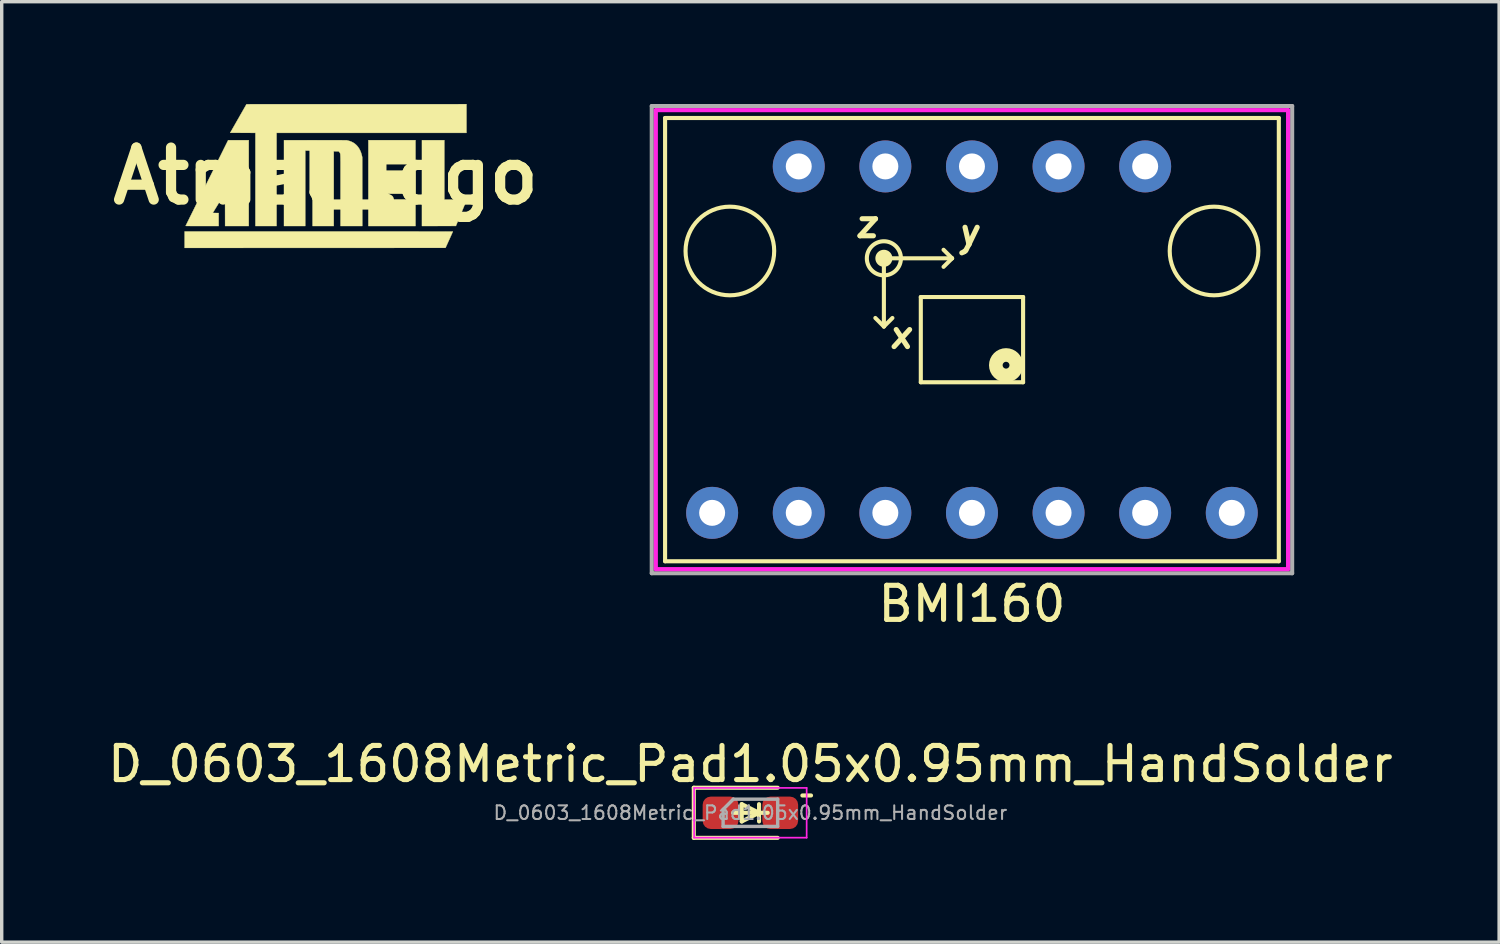
<source format=kicad_pcb>
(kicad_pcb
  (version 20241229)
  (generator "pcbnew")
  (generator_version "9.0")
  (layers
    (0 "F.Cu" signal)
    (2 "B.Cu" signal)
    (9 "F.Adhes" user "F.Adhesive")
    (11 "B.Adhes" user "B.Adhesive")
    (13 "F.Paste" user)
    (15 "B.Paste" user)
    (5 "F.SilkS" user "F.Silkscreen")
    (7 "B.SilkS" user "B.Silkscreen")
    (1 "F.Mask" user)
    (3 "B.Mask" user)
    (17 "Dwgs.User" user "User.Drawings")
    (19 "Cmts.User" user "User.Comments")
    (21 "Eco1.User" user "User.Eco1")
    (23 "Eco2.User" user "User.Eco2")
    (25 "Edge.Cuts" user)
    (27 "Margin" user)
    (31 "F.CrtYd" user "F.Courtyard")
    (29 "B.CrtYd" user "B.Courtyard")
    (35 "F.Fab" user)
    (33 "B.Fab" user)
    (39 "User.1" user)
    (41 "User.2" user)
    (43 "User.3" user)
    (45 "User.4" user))
  (footprint "Atmel_logo"
    (layer "F.Cu")
    (at 6.502 2.113)
    (property "Reference" "Atmel_logo" (at 0 0 0) (layer "F.SilkS") (effects (font (size 1.524 1.524) (thickness 0.3))))
    (attr through_hole)
    (fp_poly (pts (xy 4.129 -1.266) (xy -1.441 -1.266) (xy -1.441 1.466) (xy -2.061 1.466) (xy -2.061 -1.266) (xy -2.431 -1.267) (xy -2.801 -1.268) (xy -2.562 -1.687) (xy -2.323 -2.106) (xy 0.903 -2.107) (xy 4.129 -2.108) (xy 4.129 -1.266)) (stroke (width 0.01) (type solid)) (fill yes) (layer "F.SilkS"))
    (fp_poly (pts (xy 2.634 -0.348) (xy 1.702 -0.348) (xy 1.702 -0.16) (xy 2.642 -0.16) (xy 2.642 0.519) (xy 1.709 0.519) (xy 1.709 0.686) (xy 2.634 0.686) (xy 2.634 1.466) (xy 1.252 1.466) (xy 1.252 -1.052) (xy 2.634 -1.052) (xy 2.634 -0.348)) (stroke (width 0.01) (type solid)) (fill yes) (layer "F.SilkS"))
    (fp_poly (pts (xy 3.48 0.693) (xy 3.808 0.693) (xy 3.856 0.693) (xy 3.902 0.693) (xy 3.946 0.693) (xy 3.986 0.694) (xy 4.022 0.694) (xy 4.055 0.694) (xy 4.083 0.694) (xy 4.105 0.695) (xy 4.122 0.695) (xy 4.133 0.696) (xy 4.137 0.696) (xy 4.137 0.696) (xy 4.135 0.7) (xy 4.131 0.71) (xy 4.125 0.725) (xy 4.116 0.747) (xy 4.105 0.773) (xy 4.093 0.804) (xy 4.078 0.839) (xy 4.062 0.877) (xy 4.045 0.919) (xy 4.026 0.964) (xy 4.007 1.012) (xy 3.986 1.061) (xy 3.978 1.082) (xy 3.819 1.464) (xy 2.823 1.466) (xy 2.823 -1.052) (xy 3.48 -1.052) (xy 3.48 0.693)) (stroke (width 0.01) (type solid)) (fill yes) (layer "F.SilkS"))
    (fp_poly (pts (xy -2.257 1.466) (xy -2.95 1.466) (xy -2.951 0.978) (xy -2.952 0.49) (xy -3.132 0.787) (xy -3.312 1.083) (xy -3.225 1.084) (xy -3.139 1.085) (xy -3.139 1.276) (xy -3.139 1.466) (xy -3.623 1.466) (xy -3.693 1.466) (xy -3.756 1.466) (xy -3.813 1.466) (xy -3.863 1.466) (xy -3.907 1.466) (xy -3.946 1.466) (xy -3.98 1.465) (xy -4.009 1.465) (xy -4.033 1.465) (xy -4.053 1.465) (xy -4.069 1.464) (xy -4.082 1.464) (xy -4.092 1.463) (xy -4.099 1.463) (xy -4.104 1.462) (xy -4.106 1.462) (xy -4.107 1.461) (xy -4.107 1.461) (xy -4.105 1.457) (xy -4.1 1.447) (xy -4.093 1.431) (xy -4.082 1.41) (xy -4.068 1.382) (xy -4.052 1.349) (xy -4.034 1.312) (xy -4.012 1.269) (xy -3.989 1.221) (xy -3.963 1.169) (xy -3.935 1.113) (xy -3.905 1.052) (xy -3.873 0.988) (xy -3.84 0.92) (xy -3.805 0.849) (xy -3.768 0.775) (xy -3.729 0.697) (xy -3.69 0.617) (xy -3.649 0.535) (xy -3.607 0.45) (xy -3.564 0.363) (xy -3.52 0.275) (xy -3.484 0.202) (xy -2.861 -1.052) (xy -2.257 -1.052) (xy -2.257 1.466)) (stroke (width 0.01) (type solid)) (fill yes) (layer "F.SilkS"))
    (fp_poly (pts (xy -0.034 1.626) (xy 0.133 1.626) (xy 0.298 1.626) (xy 0.461 1.626) (xy 0.622 1.626) (xy 0.78 1.626) (xy 0.936 1.626) (xy 1.09 1.626) (xy 1.24 1.626) (xy 1.388 1.626) (xy 1.533 1.626) (xy 1.674 1.626) (xy 1.812 1.626) (xy 1.946 1.626) (xy 2.077 1.626) (xy 2.204 1.626) (xy 2.327 1.626) (xy 2.446 1.626) (xy 2.56 1.626) (xy 2.671 1.626) (xy 2.776 1.627) (xy 2.877 1.627) (xy 2.973 1.627) (xy 3.064 1.627) (xy 3.15 1.627) (xy 3.23 1.627) (xy 3.306 1.627) (xy 3.375 1.627) (xy 3.439 1.627) (xy 3.497 1.627) (xy 3.548 1.628) (xy 3.594 1.628) (xy 3.633 1.628) (xy 3.666 1.628) (xy 3.692 1.628) (xy 3.712 1.628) (xy 3.724 1.628) (xy 3.73 1.628) (xy 3.73 1.628) (xy 3.729 1.632) (xy 3.724 1.642) (xy 3.717 1.657) (xy 3.708 1.677) (xy 3.697 1.702) (xy 3.684 1.731) (xy 3.67 1.763) (xy 3.654 1.798) (xy 3.637 1.836) (xy 3.622 1.869) (xy 3.514 2.106) (xy -0.311 2.107) (xy -4.137 2.108) (xy -4.137 1.626) (xy -0.203 1.626) (xy -0.034 1.626)) (stroke (width 0.01) (type solid)) (fill yes) (layer "F.SilkS"))
    (fp_poly (pts (xy -0.306 -1.051) (xy 0.611 -1.05) (xy 0.646 -1.042) (xy 0.705 -1.026) (xy 0.759 -1.005) (xy 0.808 -0.98) (xy 0.853 -0.95) (xy 0.894 -0.914) (xy 0.912 -0.897) (xy 0.951 -0.85) (xy 0.985 -0.799) (xy 1.014 -0.742) (xy 1.039 -0.679) (xy 1.058 -0.612) (xy 1.062 -0.595) (xy 1.072 -0.55) (xy 1.074 1.466) (xy 0.435 1.466) (xy 0.435 0.427) (xy 0.435 0.323) (xy 0.435 0.226) (xy 0.435 0.135) (xy 0.435 0.051) (xy 0.435 -0.027) (xy 0.435 -0.099) (xy 0.435 -0.165) (xy 0.435 -0.225) (xy 0.435 -0.281) (xy 0.435 -0.331) (xy 0.435 -0.377) (xy 0.435 -0.418) (xy 0.434 -0.455) (xy 0.434 -0.488) (xy 0.434 -0.517) (xy 0.433 -0.542) (xy 0.433 -0.565) (xy 0.432 -0.584) (xy 0.431 -0.601) (xy 0.431 -0.615) (xy 0.43 -0.627) (xy 0.429 -0.637) (xy 0.428 -0.645) (xy 0.427 -0.652) (xy 0.426 -0.658) (xy 0.424 -0.662) (xy 0.423 -0.666) (xy 0.421 -0.67) (xy 0.419 -0.673) (xy 0.418 -0.676) (xy 0.416 -0.68) (xy 0.415 -0.682) (xy 0.406 -0.695) (xy 0.397 -0.707) (xy 0.391 -0.713) (xy 0.377 -0.724) (xy 0.236 -0.726) (xy 0.236 1.466) (xy -0.385 1.466) (xy -0.385 -0.747) (xy -0.599 -0.747) (xy -0.599 1.466) (xy -1.223 1.466) (xy -1.223 -1.052) (xy -0.306 -1.051)) (stroke (width 0.01) (type solid)) (fill yes) (layer "F.SilkS")))
  (footprint "D_0603_1608Metric_Pad1.05x0.95mm_HandSolder"
    (layer "F.Cu")
    (at 18.958 20.788)
    (property "Reference" "D_0603_1608Metric_Pad1.05x0.95mm_HandSolder" (at 0 -1.43 0) (layer "F.SilkS") (effects (font (size 1 1) (thickness 0.15))))
    (attr smd)
    (fp_line (start -1.66 -0.735) (end -1.66 0.735) (stroke (width 0.12) (type solid)) (layer "F.SilkS"))
    (fp_line (start -1.66 0.735) (end 0.8 0.735) (stroke (width 0.12) (type solid)) (layer "F.SilkS"))
    (fp_line (start -0.254 -0.254) (end -0.254 0.254) (stroke (width 0.12) (type solid)) (layer "F.SilkS"))
    (fp_line (start -0.254 0.254) (end 0.254 0) (stroke (width 0.12) (type solid)) (layer "F.SilkS"))
    (fp_line (start 0.254 -0.254) (end 0.254 0.254) (stroke (width 0.12) (type solid)) (layer "F.SilkS"))
    (fp_line (start 0.254 0) (end -0.254 -0.254) (stroke (width 0.12) (type solid)) (layer "F.SilkS"))
    (fp_line (start 0.508 0) (end -0.508 0) (stroke (width 0.12) (type solid)) (layer "F.SilkS"))
    (fp_line (start 0.8 -0.735) (end -1.66 -0.735) (stroke (width 0.12) (type solid)) (layer "F.SilkS"))
    (fp_line (start 1.524 -0.508) (end 1.778 -0.508) (stroke (width 0.12) (type solid)) (layer "F.SilkS"))
    (fp_line (start -1.65 -0.73) (end 1.65 -0.73) (stroke (width 0.05) (type solid)) (layer "F.CrtYd"))
    (fp_line (start -1.65 0.73) (end -1.65 -0.73) (stroke (width 0.05) (type solid)) (layer "F.CrtYd"))
    (fp_line (start 1.65 -0.73) (end 1.65 0.73) (stroke (width 0.05) (type solid)) (layer "F.CrtYd"))
    (fp_line (start 1.65 0.73) (end -1.65 0.73) (stroke (width 0.05) (type solid)) (layer "F.CrtYd"))
    (fp_line (start -0.8 -0.1) (end -0.8 0.4) (stroke (width 0.1) (type solid)) (layer "F.Fab"))
    (fp_line (start -0.8 0.4) (end 0.8 0.4) (stroke (width 0.1) (type solid)) (layer "F.Fab"))
    (fp_line (start -0.5 -0.4) (end -0.8 -0.1) (stroke (width 0.1) (type solid)) (layer "F.Fab"))
    (fp_line (start 0.8 -0.4) (end -0.5 -0.4) (stroke (width 0.1) (type solid)) (layer "F.Fab"))
    (fp_line (start 0.8 0.4) (end 0.8 -0.4) (stroke (width 0.1) (type solid)) (layer "F.Fab"))
    (fp_text user "${REFERENCE}" (at 0 0 0) (layer "F.Fab") (effects (font (size 0.4 0.4) (thickness 0.06))))
    (pad "1" smd roundrect (at -0.875 0) (size 1.05 0.95) (layers "F.Cu" "F.Mask" "F.Paste") (roundrect_rratio 0.25))
    (pad "2" smd roundrect (at 0.875 0) (size 1.05 0.95) (layers "F.Cu" "F.Mask" "F.Paste") (roundrect_rratio 0.25)))
  (footprint "BMI160"
    (layer "F.Cu")
    (at 25.456 6.911)
    (property "Reference" "BMI160" (at 0 7.75 0) (layer "F.SilkS") (effects (font (size 1 1) (thickness 0.15))))
    (attr through_hole)
    (fp_line (start -9 -6.5) (end -9 6.5) (stroke (width 0.12) (type solid)) (layer "F.SilkS"))
    (fp_line (start -9 6.5) (end 9 6.5) (stroke (width 0.12) (type solid)) (layer "F.SilkS"))
    (fp_line (start -2.833 -0.635) (end -2.583 -0.385) (stroke (width 0.12) (type solid)) (layer "F.SilkS"))
    (fp_line (start -2.583 -2.385) (end -2.583 -2.386) (stroke (width 0.5) (type solid)) (layer "F.SilkS"))
    (fp_line (start -2.583 -2.385) (end -2.583 -0.385) (stroke (width 0.12) (type solid)) (layer "F.SilkS"))
    (fp_line (start -2.583 -2.385) (end -0.583 -2.385) (stroke (width 0.12) (type solid)) (layer "F.SilkS"))
    (fp_line (start -2.583 -0.385) (end -2.333 -0.635) (stroke (width 0.12) (type solid)) (layer "F.SilkS"))
    (fp_line (start -1.5 -1.25) (end -1.5 1.25) (stroke (width 0.12) (type solid)) (layer "F.SilkS"))
    (fp_line (start -1.5 1.25) (end 1.5 1.25) (stroke (width 0.12) (type solid)) (layer "F.SilkS"))
    (fp_line (start -0.833 -2.135) (end -0.583 -2.385) (stroke (width 0.12) (type solid)) (layer "F.SilkS"))
    (fp_line (start -0.583 -2.385) (end -0.833 -2.635) (stroke (width 0.12) (type solid)) (layer "F.SilkS"))
    (fp_line (start 1.5 -1.25) (end -1.5 -1.25) (stroke (width 0.12) (type solid)) (layer "F.SilkS"))
    (fp_line (start 1.5 1.25) (end 1.5 -1.25) (stroke (width 0.12) (type solid)) (layer "F.SilkS"))
    (fp_line (start 9 -6.5) (end -9 -6.5) (stroke (width 0.12) (type solid)) (layer "F.SilkS"))
    (fp_line (start 9 6.5) (end 9 -6.5) (stroke (width 0.12) (type solid)) (layer "F.SilkS"))
    (fp_circle (center -7.1 -2.6) (end -5.8 -2.6) (stroke (width 0.12) (type solid)) (fill no) (layer "F.SilkS"))
    (fp_circle (center -2.583 -2.385) (end -2.083 -2.385) (stroke (width 0.12) (type solid)) (fill no) (layer "F.SilkS"))
    (fp_circle (center 1 0.75) (end 1.1 0.75) (stroke (width 0.4) (type solid)) (fill no) (layer "F.SilkS"))
    (fp_circle (center 7.1 -2.6) (end 8.4 -2.6) (stroke (width 0.12) (type solid)) (fill no) (layer "F.SilkS"))
    (fp_line (start -9.271 -6.731) (end 9.271 -6.731) (stroke (width 0.12) (type solid)) (layer "F.CrtYd"))
    (fp_line (start -9.271 6.731) (end -9.271 -6.731) (stroke (width 0.12) (type solid)) (layer "F.CrtYd"))
    (fp_line (start 9.271 -6.731) (end 9.271 6.731) (stroke (width 0.12) (type solid)) (layer "F.CrtYd"))
    (fp_line (start 9.271 6.731) (end -9.271 6.731) (stroke (width 0.12) (type solid)) (layer "F.CrtYd"))
    (fp_line (start -9.391 6.851) (end -9.391 -6.851) (stroke (width 0.12) (type solid)) (layer "F.Fab"))
    (fp_line (start -9.391 6.851) (end 9.391 6.851) (stroke (width 0.12) (type solid)) (layer "F.Fab"))
    (fp_line (start 9.391 -6.851) (end -9.391 -6.851) (stroke (width 0.12) (type solid)) (layer "F.Fab"))
    (fp_line (start 9.391 -6.851) (end 9.391 6.851) (stroke (width 0.12) (type solid)) (layer "F.Fab"))
    (fp_text user "x" (at -2.083 -0.135 0) (layer "F.SilkS") (effects (font (size 0.75 0.75) (thickness 0.15) (italic yes))))
    (fp_text user "z" (at -3.083 -3.385 0) (layer "F.SilkS") (effects (font (size 0.75 0.75) (thickness 0.15) (italic yes))))
    (fp_text user "y" (at -0.083 -3.135 0) (layer "F.SilkS") (effects (font (size 0.75 0.75) (thickness 0.15) (italic yes))))
    (pad "1" thru_hole circle (at -7.62 5.08) (size 1.524 1.524) (drill 0.762) (layers "*.Cu" "*.Mask"))
    (pad "2" thru_hole circle (at -5.08 5.08) (size 1.524 1.524) (drill 0.762) (layers "*.Cu" "*.Mask"))
    (pad "3" thru_hole circle (at -2.54 5.08) (size 1.524 1.524) (drill 0.762) (layers "*.Cu" "*.Mask"))
    (pad "4" thru_hole circle (at 0 5.08) (size 1.524 1.524) (drill 0.762) (layers "*.Cu" "*.Mask"))
    (pad "5" thru_hole circle (at 2.54 5.08) (size 1.524 1.524) (drill 0.762) (layers "*.Cu" "*.Mask"))
    (pad "6" thru_hole circle (at 5.08 5.08) (size 1.524 1.524) (drill 0.762) (layers "*.Cu" "*.Mask"))
    (pad "7" thru_hole circle (at 7.62 5.08) (size 1.524 1.524) (drill 0.762) (layers "*.Cu" "*.Mask"))
    (pad "8" thru_hole circle (at 5.08 -5.08) (size 1.524 1.524) (drill 0.762) (layers "*.Cu" "*.Mask"))
    (pad "9" thru_hole circle (at 2.54 -5.08) (size 1.524 1.524) (drill 0.762) (layers "*.Cu" "*.Mask"))
    (pad "10" thru_hole circle (at 0 -5.08) (size 1.524 1.524) (drill 0.762) (layers "*.Cu" "*.Mask"))
    (pad "11" thru_hole circle (at -2.54 -5.08) (size 1.524 1.524) (drill 0.762) (layers "*.Cu" "*.Mask"))
    (pad "12" thru_hole circle (at -5.08 -5.08) (size 1.524 1.524) (drill 0.762) (layers "*.Cu" "*.Mask")))
  (gr_rect
    (start -3 -3)
    (end 40.917 24.582)
    (stroke (width 0.1) (type default))
    (fill no)
    (layer "Edge.Cuts")))
</source>
